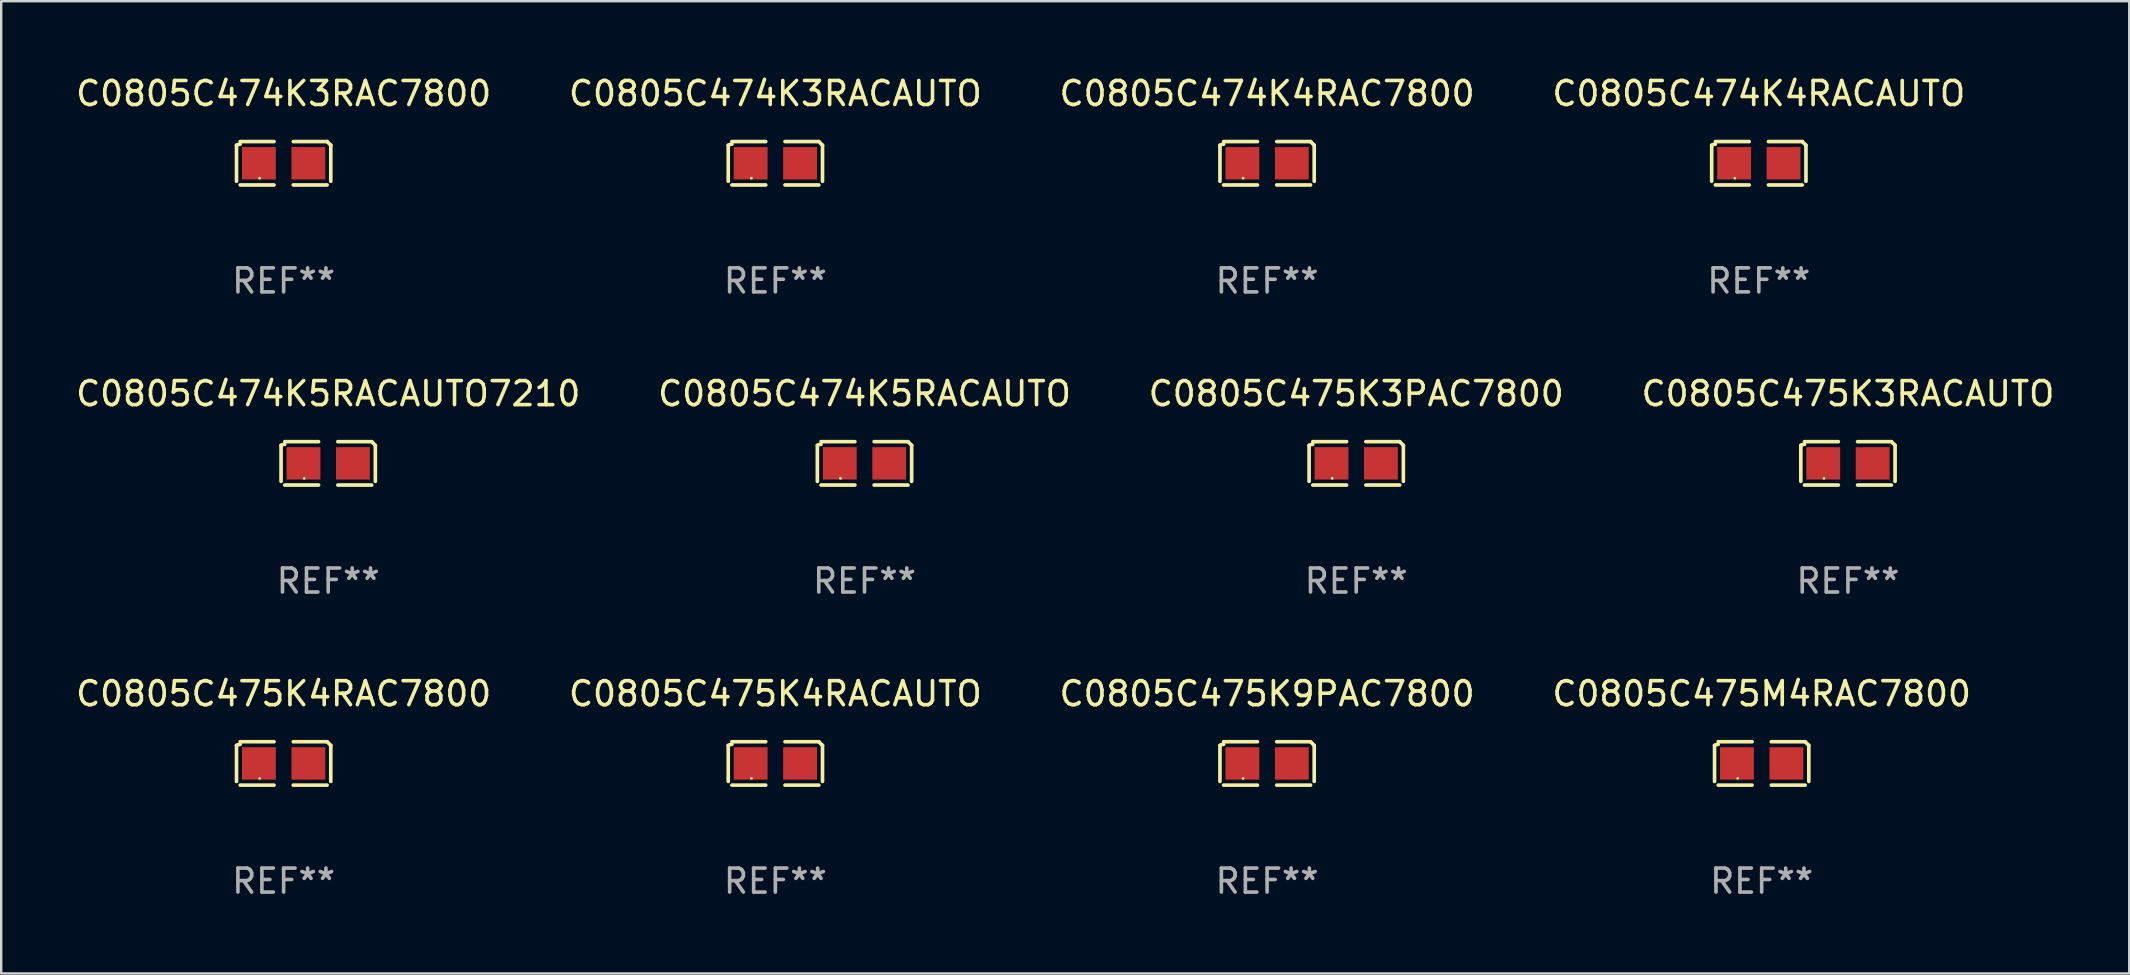
<source format=kicad_pcb>
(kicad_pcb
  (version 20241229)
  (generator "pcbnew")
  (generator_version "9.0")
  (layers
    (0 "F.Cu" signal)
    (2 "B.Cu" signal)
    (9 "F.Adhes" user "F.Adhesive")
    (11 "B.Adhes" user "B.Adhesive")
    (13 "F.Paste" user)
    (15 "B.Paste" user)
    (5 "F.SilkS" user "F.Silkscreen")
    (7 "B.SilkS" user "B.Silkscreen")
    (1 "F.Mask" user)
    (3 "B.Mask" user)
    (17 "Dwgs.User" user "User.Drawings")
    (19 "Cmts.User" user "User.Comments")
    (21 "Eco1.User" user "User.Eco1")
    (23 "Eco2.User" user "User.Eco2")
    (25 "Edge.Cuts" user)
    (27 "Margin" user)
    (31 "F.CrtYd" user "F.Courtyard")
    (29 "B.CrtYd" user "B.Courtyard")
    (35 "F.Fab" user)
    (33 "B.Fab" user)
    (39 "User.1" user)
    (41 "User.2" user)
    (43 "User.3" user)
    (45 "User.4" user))
  (footprint "C0805C475K4RAC7800"
    (layer "F.Cu")
    (at 8.768 28.759)
    (property "Reference" "C0805C475K4RAC7800" (at 0 -2.904 0) (layer "F.SilkS") (effects (font (size 1 1) (thickness 0.15))))
    (attr through_hole)
    (fp_line (start -1.964 0.751) (end -1.964 -0.751) (stroke (width 0.152) (type solid)) (layer "F.SilkS"))
    (fp_line (start -1.811 -0.904) (end -0.401 -0.904) (stroke (width 0.152) (type solid)) (layer "F.SilkS"))
    (fp_line (start -0.401 0.904) (end -1.811 0.904) (stroke (width 0.152) (type solid)) (layer "F.SilkS"))
    (fp_line (start 0.401 0.904) (end 1.811 0.904) (stroke (width 0.152) (type solid)) (layer "F.SilkS"))
    (fp_line (start 1.811 -0.904) (end 0.401 -0.904) (stroke (width 0.152) (type solid)) (layer "F.SilkS"))
    (fp_line (start 1.964 0.751) (end 1.964 -0.751) (stroke (width 0.152) (type solid)) (layer "F.SilkS"))
    (fp_arc (start -1.963602 -0.751207) (mid -1.890354 -0.783131) (end -1.811201 -0.794044) (stroke (width 0.1524) (type solid)) (layer "F.SilkS"))
    (fp_arc (start 1.811202 -0.903607) (mid 1.887413 -0.827418) (end 1.963602 -0.751207) (stroke (width 0.1524) (type solid)) (layer "F.SilkS"))
    (fp_circle (center -1 0.625) (end -0.97 0.625) (stroke (width 0.06) (type solid)) (fill no) (layer "F.SilkS"))
    (fp_text user "REF**" (at 0 4.904 0) (layer "F.Fab") (effects (font (size 1 1) (thickness 0.15))))
    (pad "1" smd rect (at -1.03 0) (size 1.41 1.35) (layers "F.Cu" "F.Mask" "F.Paste"))
    (pad "2" smd rect (at 1.03 0) (size 1.41 1.35) (layers "F.Cu" "F.Mask" "F.Paste")))
  (footprint "C0805C474K3RAC7800"
    (layer "F.Cu")
    (at 8.768 3.752)
    (property "Reference" "C0805C474K3RAC7800" (at 0 -2.904 0) (layer "F.SilkS") (effects (font (size 1 1) (thickness 0.15))))
    (attr through_hole)
    (fp_line (start -1.964 0.751) (end -1.964 -0.751) (stroke (width 0.152) (type solid)) (layer "F.SilkS"))
    (fp_line (start -1.811 -0.904) (end -0.401 -0.904) (stroke (width 0.152) (type solid)) (layer "F.SilkS"))
    (fp_line (start -0.401 0.904) (end -1.811 0.904) (stroke (width 0.152) (type solid)) (layer "F.SilkS"))
    (fp_line (start 0.401 0.904) (end 1.811 0.904) (stroke (width 0.152) (type solid)) (layer "F.SilkS"))
    (fp_line (start 1.811 -0.904) (end 0.401 -0.904) (stroke (width 0.152) (type solid)) (layer "F.SilkS"))
    (fp_line (start 1.964 0.751) (end 1.964 -0.751) (stroke (width 0.152) (type solid)) (layer "F.SilkS"))
    (fp_arc (start -1.963602 -0.751207) (mid -1.890354 -0.783131) (end -1.811201 -0.794044) (stroke (width 0.1524) (type solid)) (layer "F.SilkS"))
    (fp_arc (start 1.811202 -0.903607) (mid 1.887413 -0.827418) (end 1.963602 -0.751207) (stroke (width 0.1524) (type solid)) (layer "F.SilkS"))
    (fp_circle (center -1 0.625) (end -0.97 0.625) (stroke (width 0.06) (type solid)) (fill no) (layer "F.SilkS"))
    (fp_text user "REF**" (at 0 4.904 0) (layer "F.Fab") (effects (font (size 1 1) (thickness 0.15))))
    (pad "1" smd rect (at -1.03 0) (size 1.41 1.35) (layers "F.Cu" "F.Mask" "F.Paste"))
    (pad "2" smd rect (at 1.03 0) (size 1.41 1.35) (layers "F.Cu" "F.Mask" "F.Paste")))
  (footprint "C0805C475K3RACAUTO"
    (layer "F.Cu")
    (at 73.946 16.256)
    (property "Reference" "C0805C475K3RACAUTO" (at 0 -2.904 0) (layer "F.SilkS") (effects (font (size 1 1) (thickness 0.15))))
    (attr through_hole)
    (fp_line (start -1.964 0.751) (end -1.964 -0.751) (stroke (width 0.152) (type solid)) (layer "F.SilkS"))
    (fp_line (start -1.811 -0.904) (end -0.401 -0.904) (stroke (width 0.152) (type solid)) (layer "F.SilkS"))
    (fp_line (start -0.401 0.904) (end -1.811 0.904) (stroke (width 0.152) (type solid)) (layer "F.SilkS"))
    (fp_line (start 0.401 0.904) (end 1.811 0.904) (stroke (width 0.152) (type solid)) (layer "F.SilkS"))
    (fp_line (start 1.811 -0.904) (end 0.401 -0.904) (stroke (width 0.152) (type solid)) (layer "F.SilkS"))
    (fp_line (start 1.964 0.751) (end 1.964 -0.751) (stroke (width 0.152) (type solid)) (layer "F.SilkS"))
    (fp_arc (start -1.963602 -0.751207) (mid -1.890354 -0.783131) (end -1.811201 -0.794044) (stroke (width 0.1524) (type solid)) (layer "F.SilkS"))
    (fp_arc (start 1.811202 -0.903607) (mid 1.887413 -0.827418) (end 1.963602 -0.751207) (stroke (width 0.1524) (type solid)) (layer "F.SilkS"))
    (fp_circle (center -1 0.625) (end -0.97 0.625) (stroke (width 0.06) (type solid)) (fill no) (layer "F.SilkS"))
    (fp_text user "REF**" (at 0 4.904 0) (layer "F.Fab") (effects (font (size 1 1) (thickness 0.15))))
    (pad "1" smd rect (at -1.03 0) (size 1.41 1.35) (layers "F.Cu" "F.Mask" "F.Paste"))
    (pad "2" smd rect (at 1.03 0) (size 1.41 1.35) (layers "F.Cu" "F.Mask" "F.Paste")))
  (footprint "C0805C475K3PAC7800"
    (layer "F.Cu")
    (at 53.458 16.256)
    (property "Reference" "C0805C475K3PAC7800" (at 0 -2.904 0) (layer "F.SilkS") (effects (font (size 1 1) (thickness 0.15))))
    (attr through_hole)
    (fp_line (start -1.964 0.751) (end -1.964 -0.751) (stroke (width 0.152) (type solid)) (layer "F.SilkS"))
    (fp_line (start -1.811 -0.904) (end -0.401 -0.904) (stroke (width 0.152) (type solid)) (layer "F.SilkS"))
    (fp_line (start -0.401 0.904) (end -1.811 0.904) (stroke (width 0.152) (type solid)) (layer "F.SilkS"))
    (fp_line (start 0.401 0.904) (end 1.811 0.904) (stroke (width 0.152) (type solid)) (layer "F.SilkS"))
    (fp_line (start 1.811 -0.904) (end 0.401 -0.904) (stroke (width 0.152) (type solid)) (layer "F.SilkS"))
    (fp_line (start 1.964 0.751) (end 1.964 -0.751) (stroke (width 0.152) (type solid)) (layer "F.SilkS"))
    (fp_arc (start -1.963602 -0.751207) (mid -1.890354 -0.783131) (end -1.811201 -0.794044) (stroke (width 0.1524) (type solid)) (layer "F.SilkS"))
    (fp_arc (start 1.811202 -0.903607) (mid 1.887413 -0.827418) (end 1.963602 -0.751207) (stroke (width 0.1524) (type solid)) (layer "F.SilkS"))
    (fp_circle (center -1 0.625) (end -0.97 0.625) (stroke (width 0.06) (type solid)) (fill no) (layer "F.SilkS"))
    (fp_text user "REF**" (at 0 4.904 0) (layer "F.Fab") (effects (font (size 1 1) (thickness 0.15))))
    (pad "1" smd rect (at -1.03 0) (size 1.41 1.35) (layers "F.Cu" "F.Mask" "F.Paste"))
    (pad "2" smd rect (at 1.03 0) (size 1.41 1.35) (layers "F.Cu" "F.Mask" "F.Paste")))
  (footprint "C0805C475M4RAC7800"
    (layer "F.Cu")
    (at 70.351 28.759)
    (property "Reference" "C0805C475M4RAC7800" (at 0 -2.904 0) (layer "F.SilkS") (effects (font (size 1 1) (thickness 0.15))))
    (attr through_hole)
    (fp_line (start -1.964 0.751) (end -1.964 -0.751) (stroke (width 0.152) (type solid)) (layer "F.SilkS"))
    (fp_line (start -1.811 -0.904) (end -0.401 -0.904) (stroke (width 0.152) (type solid)) (layer "F.SilkS"))
    (fp_line (start -0.401 0.904) (end -1.811 0.904) (stroke (width 0.152) (type solid)) (layer "F.SilkS"))
    (fp_line (start 0.401 0.904) (end 1.811 0.904) (stroke (width 0.152) (type solid)) (layer "F.SilkS"))
    (fp_line (start 1.811 -0.904) (end 0.401 -0.904) (stroke (width 0.152) (type solid)) (layer "F.SilkS"))
    (fp_line (start 1.964 0.751) (end 1.964 -0.751) (stroke (width 0.152) (type solid)) (layer "F.SilkS"))
    (fp_arc (start -1.963602 -0.751207) (mid -1.890354 -0.783131) (end -1.811201 -0.794044) (stroke (width 0.1524) (type solid)) (layer "F.SilkS"))
    (fp_arc (start 1.811202 -0.903607) (mid 1.887413 -0.827418) (end 1.963602 -0.751207) (stroke (width 0.1524) (type solid)) (layer "F.SilkS"))
    (fp_circle (center -1 0.625) (end -0.97 0.625) (stroke (width 0.06) (type solid)) (fill no) (layer "F.SilkS"))
    (fp_text user "REF**" (at 0 4.904 0) (layer "F.Fab") (effects (font (size 1 1) (thickness 0.15))))
    (pad "1" smd rect (at -1.03 0) (size 1.41 1.35) (layers "F.Cu" "F.Mask" "F.Paste"))
    (pad "2" smd rect (at 1.03 0) (size 1.41 1.35) (layers "F.Cu" "F.Mask" "F.Paste")))
  (footprint "C0805C474K5RACAUTO7210"
    (layer "F.Cu")
    (at 10.625 16.256)
    (property "Reference" "C0805C474K5RACAUTO7210" (at 0 -2.904 0) (layer "F.SilkS") (effects (font (size 1 1) (thickness 0.15))))
    (attr through_hole)
    (fp_line (start -1.964 0.751) (end -1.964 -0.751) (stroke (width 0.152) (type solid)) (layer "F.SilkS"))
    (fp_line (start -1.811 -0.904) (end -0.401 -0.904) (stroke (width 0.152) (type solid)) (layer "F.SilkS"))
    (fp_line (start -0.401 0.904) (end -1.811 0.904) (stroke (width 0.152) (type solid)) (layer "F.SilkS"))
    (fp_line (start 0.401 0.904) (end 1.811 0.904) (stroke (width 0.152) (type solid)) (layer "F.SilkS"))
    (fp_line (start 1.811 -0.904) (end 0.401 -0.904) (stroke (width 0.152) (type solid)) (layer "F.SilkS"))
    (fp_line (start 1.964 0.751) (end 1.964 -0.751) (stroke (width 0.152) (type solid)) (layer "F.SilkS"))
    (fp_arc (start -1.963602 -0.751207) (mid -1.890354 -0.783131) (end -1.811201 -0.794044) (stroke (width 0.1524) (type solid)) (layer "F.SilkS"))
    (fp_arc (start 1.811202 -0.903607) (mid 1.887413 -0.827418) (end 1.963602 -0.751207) (stroke (width 0.1524) (type solid)) (layer "F.SilkS"))
    (fp_circle (center -1 0.625) (end -0.97 0.625) (stroke (width 0.06) (type solid)) (fill no) (layer "F.SilkS"))
    (fp_text user "REF**" (at 0 4.904 0) (layer "F.Fab") (effects (font (size 1 1) (thickness 0.15))))
    (pad "1" smd rect (at -1.03 0) (size 1.41 1.35) (layers "F.Cu" "F.Mask" "F.Paste"))
    (pad "2" smd rect (at 1.03 0) (size 1.41 1.35) (layers "F.Cu" "F.Mask" "F.Paste")))
  (footprint "C0805C474K3RACAUTO"
    (layer "F.Cu")
    (at 29.256 3.752)
    (property "Reference" "C0805C474K3RACAUTO" (at 0 -2.904 0) (layer "F.SilkS") (effects (font (size 1 1) (thickness 0.15))))
    (attr through_hole)
    (fp_line (start -1.964 0.751) (end -1.964 -0.751) (stroke (width 0.152) (type solid)) (layer "F.SilkS"))
    (fp_line (start -1.811 -0.904) (end -0.401 -0.904) (stroke (width 0.152) (type solid)) (layer "F.SilkS"))
    (fp_line (start -0.401 0.904) (end -1.811 0.904) (stroke (width 0.152) (type solid)) (layer "F.SilkS"))
    (fp_line (start 0.401 0.904) (end 1.811 0.904) (stroke (width 0.152) (type solid)) (layer "F.SilkS"))
    (fp_line (start 1.811 -0.904) (end 0.401 -0.904) (stroke (width 0.152) (type solid)) (layer "F.SilkS"))
    (fp_line (start 1.964 0.751) (end 1.964 -0.751) (stroke (width 0.152) (type solid)) (layer "F.SilkS"))
    (fp_arc (start -1.963602 -0.751207) (mid -1.890354 -0.783131) (end -1.811201 -0.794044) (stroke (width 0.1524) (type solid)) (layer "F.SilkS"))
    (fp_arc (start 1.811202 -0.903607) (mid 1.887413 -0.827418) (end 1.963602 -0.751207) (stroke (width 0.1524) (type solid)) (layer "F.SilkS"))
    (fp_circle (center -1 0.625) (end -0.97 0.625) (stroke (width 0.06) (type solid)) (fill no) (layer "F.SilkS"))
    (fp_text user "REF**" (at 0 4.904 0) (layer "F.Fab") (effects (font (size 1 1) (thickness 0.15))))
    (pad "1" smd rect (at -1.03 0) (size 1.41 1.35) (layers "F.Cu" "F.Mask" "F.Paste"))
    (pad "2" smd rect (at 1.03 0) (size 1.41 1.35) (layers "F.Cu" "F.Mask" "F.Paste")))
  (footprint "C0805C474K4RAC7800"
    (layer "F.Cu")
    (at 49.744 3.752)
    (property "Reference" "C0805C474K4RAC7800" (at 0 -2.904 0) (layer "F.SilkS") (effects (font (size 1 1) (thickness 0.15))))
    (attr through_hole)
    (fp_line (start -1.964 0.751) (end -1.964 -0.751) (stroke (width 0.152) (type solid)) (layer "F.SilkS"))
    (fp_line (start -1.811 -0.904) (end -0.401 -0.904) (stroke (width 0.152) (type solid)) (layer "F.SilkS"))
    (fp_line (start -0.401 0.904) (end -1.811 0.904) (stroke (width 0.152) (type solid)) (layer "F.SilkS"))
    (fp_line (start 0.401 0.904) (end 1.811 0.904) (stroke (width 0.152) (type solid)) (layer "F.SilkS"))
    (fp_line (start 1.811 -0.904) (end 0.401 -0.904) (stroke (width 0.152) (type solid)) (layer "F.SilkS"))
    (fp_line (start 1.964 0.751) (end 1.964 -0.751) (stroke (width 0.152) (type solid)) (layer "F.SilkS"))
    (fp_arc (start -1.963602 -0.751207) (mid -1.890354 -0.783131) (end -1.811201 -0.794044) (stroke (width 0.1524) (type solid)) (layer "F.SilkS"))
    (fp_arc (start 1.811202 -0.903607) (mid 1.887413 -0.827418) (end 1.963602 -0.751207) (stroke (width 0.1524) (type solid)) (layer "F.SilkS"))
    (fp_circle (center -1 0.625) (end -0.97 0.625) (stroke (width 0.06) (type solid)) (fill no) (layer "F.SilkS"))
    (fp_text user "REF**" (at 0 4.904 0) (layer "F.Fab") (effects (font (size 1 1) (thickness 0.15))))
    (pad "1" smd rect (at -1.03 0) (size 1.41 1.35) (layers "F.Cu" "F.Mask" "F.Paste"))
    (pad "2" smd rect (at 1.03 0) (size 1.41 1.35) (layers "F.Cu" "F.Mask" "F.Paste")))
  (footprint "C0805C475K9PAC7800"
    (layer "F.Cu")
    (at 49.744 28.759)
    (property "Reference" "C0805C475K9PAC7800" (at 0 -2.904 0) (layer "F.SilkS") (effects (font (size 1 1) (thickness 0.15))))
    (attr through_hole)
    (fp_line (start -1.964 0.751) (end -1.964 -0.751) (stroke (width 0.152) (type solid)) (layer "F.SilkS"))
    (fp_line (start -1.811 -0.904) (end -0.401 -0.904) (stroke (width 0.152) (type solid)) (layer "F.SilkS"))
    (fp_line (start -0.401 0.904) (end -1.811 0.904) (stroke (width 0.152) (type solid)) (layer "F.SilkS"))
    (fp_line (start 0.401 0.904) (end 1.811 0.904) (stroke (width 0.152) (type solid)) (layer "F.SilkS"))
    (fp_line (start 1.811 -0.904) (end 0.401 -0.904) (stroke (width 0.152) (type solid)) (layer "F.SilkS"))
    (fp_line (start 1.964 0.751) (end 1.964 -0.751) (stroke (width 0.152) (type solid)) (layer "F.SilkS"))
    (fp_arc (start -1.963602 -0.751207) (mid -1.890354 -0.783131) (end -1.811201 -0.794044) (stroke (width 0.1524) (type solid)) (layer "F.SilkS"))
    (fp_arc (start 1.811202 -0.903607) (mid 1.887413 -0.827418) (end 1.963602 -0.751207) (stroke (width 0.1524) (type solid)) (layer "F.SilkS"))
    (fp_circle (center -1 0.625) (end -0.97 0.625) (stroke (width 0.06) (type solid)) (fill no) (layer "F.SilkS"))
    (fp_text user "REF**" (at 0 4.904 0) (layer "F.Fab") (effects (font (size 1 1) (thickness 0.15))))
    (pad "1" smd rect (at -1.03 0) (size 1.41 1.35) (layers "F.Cu" "F.Mask" "F.Paste"))
    (pad "2" smd rect (at 1.03 0) (size 1.41 1.35) (layers "F.Cu" "F.Mask" "F.Paste")))
  (footprint "C0805C475K4RACAUTO"
    (layer "F.Cu")
    (at 29.256 28.759)
    (property "Reference" "C0805C475K4RACAUTO" (at 0 -2.904 0) (layer "F.SilkS") (effects (font (size 1 1) (thickness 0.15))))
    (attr through_hole)
    (fp_line (start -1.964 0.751) (end -1.964 -0.751) (stroke (width 0.152) (type solid)) (layer "F.SilkS"))
    (fp_line (start -1.811 -0.904) (end -0.401 -0.904) (stroke (width 0.152) (type solid)) (layer "F.SilkS"))
    (fp_line (start -0.401 0.904) (end -1.811 0.904) (stroke (width 0.152) (type solid)) (layer "F.SilkS"))
    (fp_line (start 0.401 0.904) (end 1.811 0.904) (stroke (width 0.152) (type solid)) (layer "F.SilkS"))
    (fp_line (start 1.811 -0.904) (end 0.401 -0.904) (stroke (width 0.152) (type solid)) (layer "F.SilkS"))
    (fp_line (start 1.964 0.751) (end 1.964 -0.751) (stroke (width 0.152) (type solid)) (layer "F.SilkS"))
    (fp_arc (start -1.963602 -0.751207) (mid -1.890354 -0.783131) (end -1.811201 -0.794044) (stroke (width 0.1524) (type solid)) (layer "F.SilkS"))
    (fp_arc (start 1.811202 -0.903607) (mid 1.887413 -0.827418) (end 1.963602 -0.751207) (stroke (width 0.1524) (type solid)) (layer "F.SilkS"))
    (fp_circle (center -1 0.625) (end -0.97 0.625) (stroke (width 0.06) (type solid)) (fill no) (layer "F.SilkS"))
    (fp_text user "REF**" (at 0 4.904 0) (layer "F.Fab") (effects (font (size 1 1) (thickness 0.15))))
    (pad "1" smd rect (at -1.03 0) (size 1.41 1.35) (layers "F.Cu" "F.Mask" "F.Paste"))
    (pad "2" smd rect (at 1.03 0) (size 1.41 1.35) (layers "F.Cu" "F.Mask" "F.Paste")))
  (footprint "C0805C474K4RACAUTO"
    (layer "F.Cu")
    (at 70.232 3.752)
    (property "Reference" "C0805C474K4RACAUTO" (at 0 -2.904 0) (layer "F.SilkS") (effects (font (size 1 1) (thickness 0.15))))
    (attr through_hole)
    (fp_line (start -1.964 0.751) (end -1.964 -0.751) (stroke (width 0.152) (type solid)) (layer "F.SilkS"))
    (fp_line (start -1.811 -0.904) (end -0.401 -0.904) (stroke (width 0.152) (type solid)) (layer "F.SilkS"))
    (fp_line (start -0.401 0.904) (end -1.811 0.904) (stroke (width 0.152) (type solid)) (layer "F.SilkS"))
    (fp_line (start 0.401 0.904) (end 1.811 0.904) (stroke (width 0.152) (type solid)) (layer "F.SilkS"))
    (fp_line (start 1.811 -0.904) (end 0.401 -0.904) (stroke (width 0.152) (type solid)) (layer "F.SilkS"))
    (fp_line (start 1.964 0.751) (end 1.964 -0.751) (stroke (width 0.152) (type solid)) (layer "F.SilkS"))
    (fp_arc (start -1.963602 -0.751207) (mid -1.890354 -0.783131) (end -1.811201 -0.794044) (stroke (width 0.1524) (type solid)) (layer "F.SilkS"))
    (fp_arc (start 1.811202 -0.903607) (mid 1.887413 -0.827418) (end 1.963602 -0.751207) (stroke (width 0.1524) (type solid)) (layer "F.SilkS"))
    (fp_circle (center -1 0.625) (end -0.97 0.625) (stroke (width 0.06) (type solid)) (fill no) (layer "F.SilkS"))
    (fp_text user "REF**" (at 0 4.904 0) (layer "F.Fab") (effects (font (size 1 1) (thickness 0.15))))
    (pad "1" smd rect (at -1.03 0) (size 1.41 1.35) (layers "F.Cu" "F.Mask" "F.Paste"))
    (pad "2" smd rect (at 1.03 0) (size 1.41 1.35) (layers "F.Cu" "F.Mask" "F.Paste")))
  (footprint "C0805C474K5RACAUTO"
    (layer "F.Cu")
    (at 32.97 16.256)
    (property "Reference" "C0805C474K5RACAUTO" (at 0 -2.904 0) (layer "F.SilkS") (effects (font (size 1 1) (thickness 0.15))))
    (attr through_hole)
    (fp_line (start -1.964 0.751) (end -1.964 -0.751) (stroke (width 0.152) (type solid)) (layer "F.SilkS"))
    (fp_line (start -1.811 -0.904) (end -0.401 -0.904) (stroke (width 0.152) (type solid)) (layer "F.SilkS"))
    (fp_line (start -0.401 0.904) (end -1.811 0.904) (stroke (width 0.152) (type solid)) (layer "F.SilkS"))
    (fp_line (start 0.401 0.904) (end 1.811 0.904) (stroke (width 0.152) (type solid)) (layer "F.SilkS"))
    (fp_line (start 1.811 -0.904) (end 0.401 -0.904) (stroke (width 0.152) (type solid)) (layer "F.SilkS"))
    (fp_line (start 1.964 0.751) (end 1.964 -0.751) (stroke (width 0.152) (type solid)) (layer "F.SilkS"))
    (fp_arc (start -1.963602 -0.751207) (mid -1.890354 -0.783131) (end -1.811201 -0.794044) (stroke (width 0.1524) (type solid)) (layer "F.SilkS"))
    (fp_arc (start 1.811202 -0.903607) (mid 1.887413 -0.827418) (end 1.963602 -0.751207) (stroke (width 0.1524) (type solid)) (layer "F.SilkS"))
    (fp_circle (center -1 0.625) (end -0.97 0.625) (stroke (width 0.06) (type solid)) (fill no) (layer "F.SilkS"))
    (fp_text user "REF**" (at 0 4.904 0) (layer "F.Fab") (effects (font (size 1 1) (thickness 0.15))))
    (pad "1" smd rect (at -1.03 0) (size 1.41 1.35) (layers "F.Cu" "F.Mask" "F.Paste"))
    (pad "2" smd rect (at 1.03 0) (size 1.41 1.35) (layers "F.Cu" "F.Mask" "F.Paste")))
  (gr_rect
    (start -3 -3)
    (end 85.667 37.511)
    (stroke (width 0.1) (type default))
    (fill no)
    (layer "Edge.Cuts")))
</source>
